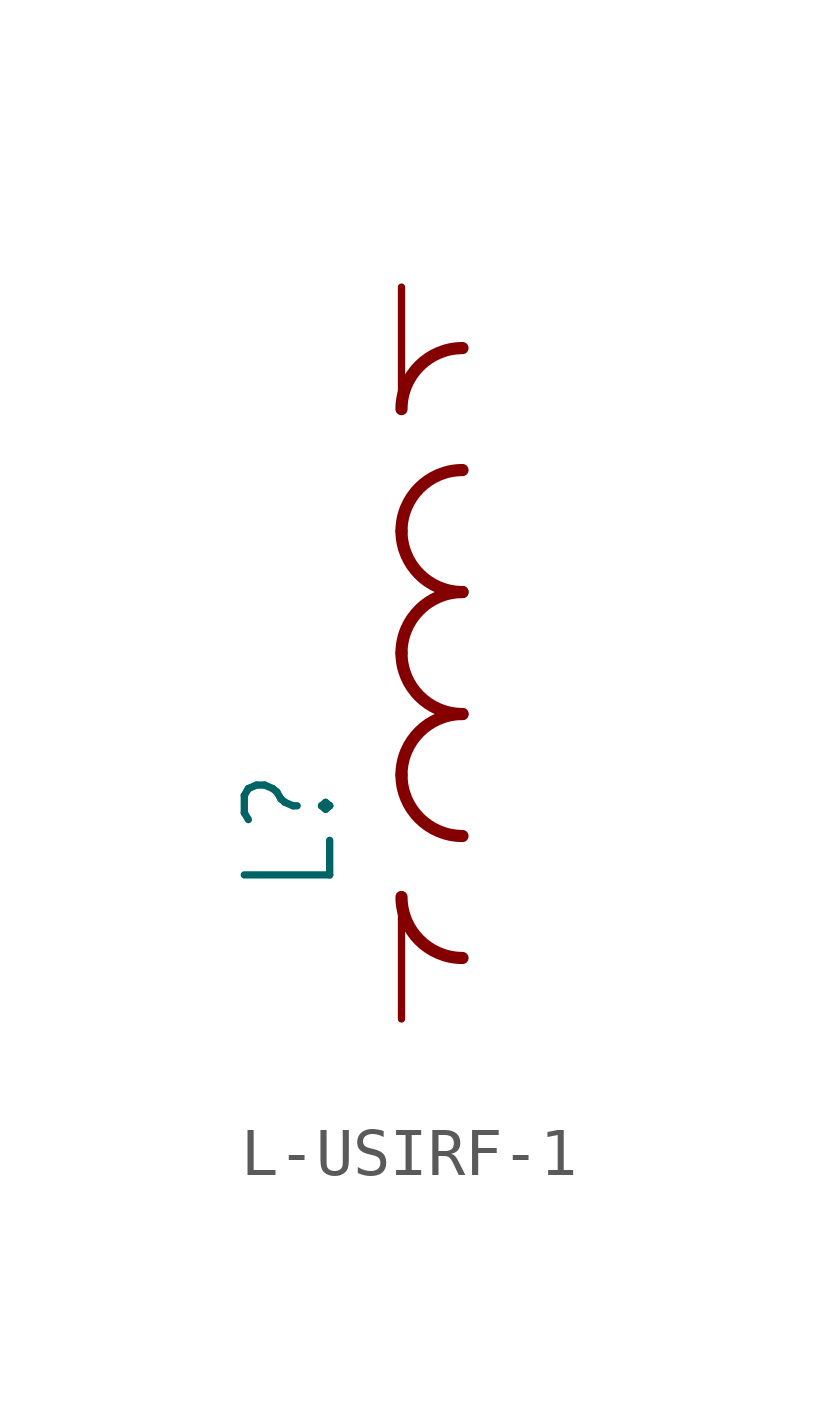
<source format=kicad_sym>
(kicad_symbol_lib
  (version 20241209)
  (generator "kicad_symbol_editor")
  (generator_version "9.0")
  (symbol "L-USIRF-1"
    (property "Reference" "L"
      (at -1.27 -5.08 90)
      (effects (font (size 1.778 1.511)) (justify left bottom)))
    (property "Value" ""
      (at 3.81 -5.08 90)
      (effects (font (size 1.778 1.511)) (justify left bottom)))
    (property "ki_locked" ""
      (at 0 0 0)
      (effects (font (size 1.27 1.27))))
    (symbol "L-USIRF-1_1_0"
      (arc (start 0 5.08) (mid 0.372 5.978) (end 1.27 6.35) (stroke (width 0.254) (type solid)) (fill (type none)))
      (arc (start 0 2.54) (mid 0.372 3.438) (end 1.27 3.81) (stroke (width 0.254) (type solid)) (fill (type none)))
      (arc (start 1.27 1.27) (mid 0.372 1.642) (end 0 2.54) (stroke (width 0.254) (type solid)) (fill (type none)))
      (arc (start 0 0) (mid 0.372 0.898) (end 1.27 1.27) (stroke (width 0.254) (type solid)) (fill (type none)))
      (arc (start 1.27 -1.27) (mid 0.372 -0.898) (end 0 0) (stroke (width 0.254) (type solid)) (fill (type none)))
      (arc (start 0 -2.54) (mid 0.372 -1.642) (end 1.27 -1.27) (stroke (width 0.254) (type solid)) (fill (type none)))
      (arc (start 1.27 -3.81) (mid 0.372 -3.438) (end 0 -2.54) (stroke (width 0.254) (type solid)) (fill (type none)))
      (arc (start 1.27 -6.35) (mid 0.372 -5.978) (end 0 -5.08) (stroke (width 0.254) (type solid)) (fill (type none)))
      (pin passive line (at 0 7.62 270) (length 2.54) (name "1" (effects (font (size 0 0)))) (number "1" (effects (font (size 0 0)))))
      (pin passive line (at 0 -7.62 90) (length 2.54) (name "2" (effects (font (size 0 0)))) (number "2" (effects (font (size 0 0))))))))
</source>
